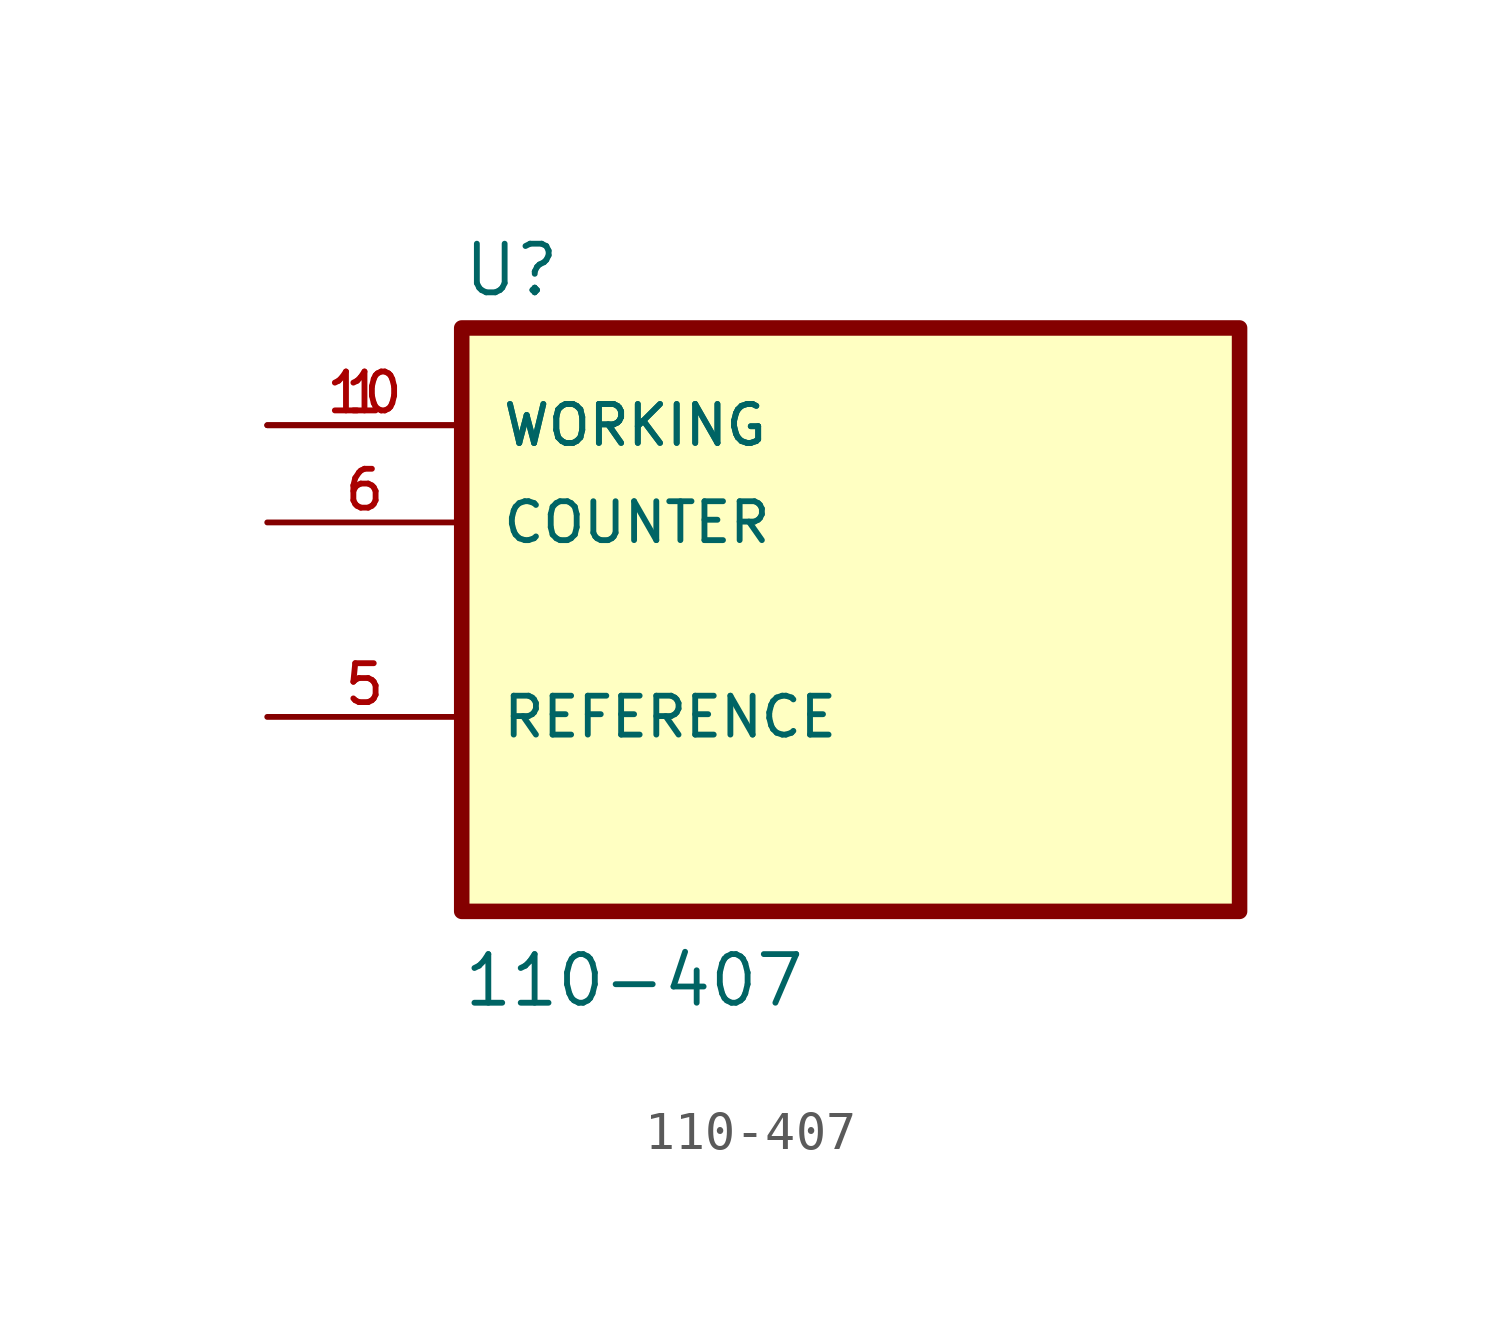
<source format=kicad_sym>
(kicad_symbol_lib
  (version 20211014)
  (generator kicad_symbol_editor)
  (symbol "110-407"
    (pin_names
      (offset 1.016))
    (property "Reference" "U"
      (at -10.167 8.388 0)
      (effects (font (size 1.27 1.27)) (justify bottom left)))
    (property "Value" "110-407"
      (at -10.17 -10.17 0)
      (effects (font (size 1.27 1.27)) (justify bottom left)))
    (symbol "110-407_0_0"
      (rectangle (start -10.16 -7.62) (end 10.16 7.62) (stroke (width 0.406)) (fill (type background)))
      (pin bidirectional line (at -15.24 2.54 0) (length 5.08) (name "COUNTER" (effects (font (size 1.016 1.016)))) (number "6" (effects (font (size 1.016 1.016)))))
      (pin bidirectional line (at -15.24 5.08 0) (length 5.08) (name "WORKING" (effects (font (size 1.016 1.016)))) (number "1" (effects (font (size 1.016 1.016)))))
      (pin bidirectional line (at -15.24 5.08 0) (length 5.08) (name "WORKING" (effects (font (size 1.016 1.016)))) (number "10" (effects (font (size 1.016 1.016)))))
      (pin bidirectional line (at -15.24 -2.54 0) (length 5.08) (name "REFERENCE" (effects (font (size 1.016 1.016)))) (number "5" (effects (font (size 1.016 1.016))))))))
</source>
